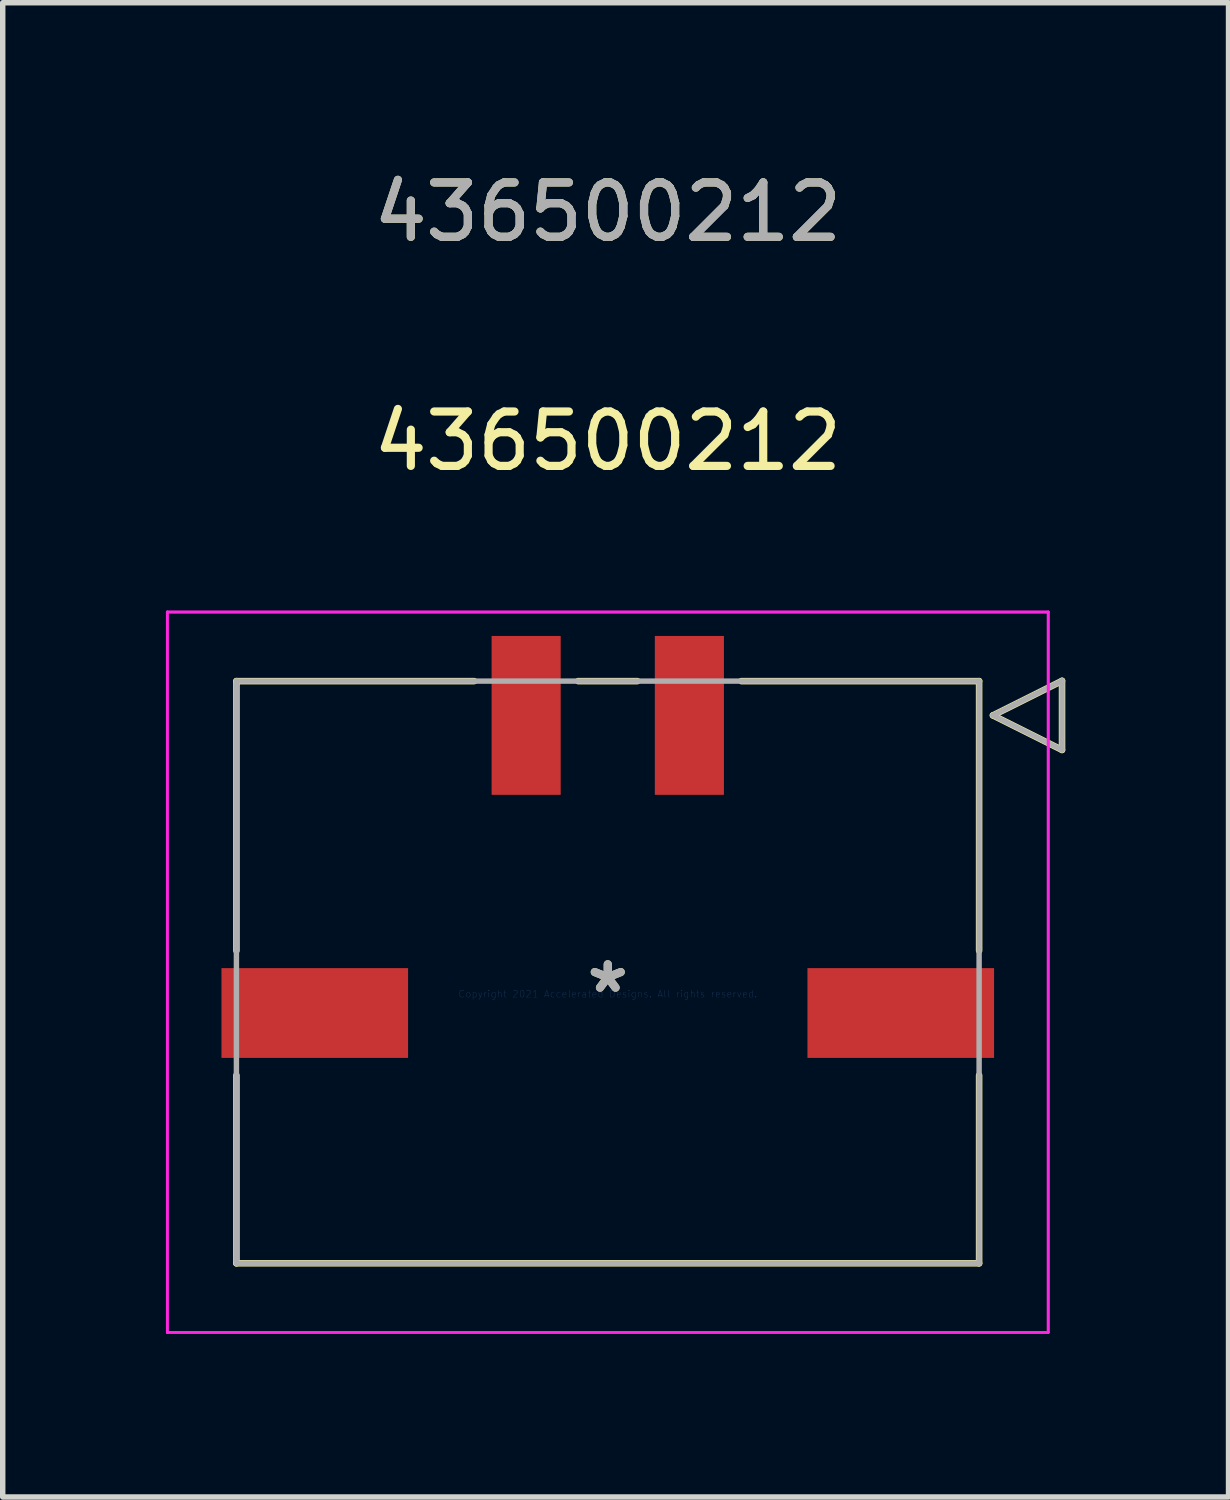
<source format=kicad_pcb>
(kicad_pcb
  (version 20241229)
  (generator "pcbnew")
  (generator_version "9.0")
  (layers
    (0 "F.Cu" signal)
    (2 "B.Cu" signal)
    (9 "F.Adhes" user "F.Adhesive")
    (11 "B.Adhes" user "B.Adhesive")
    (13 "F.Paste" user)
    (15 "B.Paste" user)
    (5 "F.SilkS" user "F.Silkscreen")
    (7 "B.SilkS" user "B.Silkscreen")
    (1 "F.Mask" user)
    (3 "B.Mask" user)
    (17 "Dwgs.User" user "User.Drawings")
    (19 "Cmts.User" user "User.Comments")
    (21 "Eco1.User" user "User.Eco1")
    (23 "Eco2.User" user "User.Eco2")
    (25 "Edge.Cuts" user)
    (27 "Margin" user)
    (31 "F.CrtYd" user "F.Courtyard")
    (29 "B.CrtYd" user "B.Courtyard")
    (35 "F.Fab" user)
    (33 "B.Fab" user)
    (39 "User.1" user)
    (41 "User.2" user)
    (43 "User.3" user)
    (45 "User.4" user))
  (footprint "436500212"
    (layer "F.Cu")
    (at 8.12 15.218)
    (property "Reference" "436500212" (at 0 -10.16 0) (layer "F.SilkS") (effects (font (size 1 1) (thickness 0.15))))
    (attr through_hole)
    (fp_line (start -6.825 -5.75) (end -6.825 -0.795) (stroke (width 0.12) (type solid)) (layer "F.SilkS"))
    (fp_line (start -6.825 1.495) (end -6.825 4.95) (stroke (width 0.12) (type solid)) (layer "F.SilkS"))
    (fp_line (start -6.825 4.95) (end 6.825 4.95) (stroke (width 0.12) (type solid)) (layer "F.SilkS"))
    (fp_line (start -2.455 -5.75) (end -6.825 -5.75) (stroke (width 0.12) (type solid)) (layer "F.SilkS"))
    (fp_line (start 0.545 -5.75) (end -0.545 -5.75) (stroke (width 0.12) (type solid)) (layer "F.SilkS"))
    (fp_line (start 6.825 -5.75) (end 2.455 -5.75) (stroke (width 0.12) (type solid)) (layer "F.SilkS"))
    (fp_line (start 6.825 -0.795) (end 6.825 -5.75) (stroke (width 0.12) (type solid)) (layer "F.SilkS"))
    (fp_line (start 6.825 4.95) (end 6.825 1.495) (stroke (width 0.12) (type solid)) (layer "F.SilkS"))
    (fp_line (start 7.079 -5.12) (end 8.349 -5.755) (stroke (width 0.12) (type solid)) (layer "F.SilkS"))
    (fp_line (start 8.349 -5.755) (end 8.349 -4.485) (stroke (width 0.12) (type solid)) (layer "F.SilkS"))
    (fp_line (start 8.349 -4.485) (end 7.079 -5.12) (stroke (width 0.12) (type solid)) (layer "F.SilkS"))
    (fp_line (start -8.095 -7.02) (end -8.095 6.22) (stroke (width 0.05) (type solid)) (layer "F.CrtYd"))
    (fp_line (start -8.095 -7.02) (end -8.095 6.22) (stroke (width 0.05) (type solid)) (layer "F.CrtYd"))
    (fp_line (start -8.095 6.22) (end 8.095 6.22) (stroke (width 0.05) (type solid)) (layer "F.CrtYd"))
    (fp_line (start -8.095 6.22) (end 8.095 6.22) (stroke (width 0.05) (type solid)) (layer "F.CrtYd"))
    (fp_line (start 8.095 -7.02) (end -8.095 -7.02) (stroke (width 0.05) (type solid)) (layer "F.CrtYd"))
    (fp_line (start 8.095 -7.02) (end -8.095 -7.02) (stroke (width 0.05) (type solid)) (layer "F.CrtYd"))
    (fp_line (start 8.095 6.22) (end 8.095 -7.02) (stroke (width 0.05) (type solid)) (layer "F.CrtYd"))
    (fp_line (start 8.095 6.22) (end 8.095 -7.02) (stroke (width 0.05) (type solid)) (layer "F.CrtYd"))
    (fp_line (start -6.825 -5.75) (end -6.825 4.95) (stroke (width 0.1) (type solid)) (layer "F.Fab"))
    (fp_line (start -6.825 4.95) (end 6.825 4.95) (stroke (width 0.1) (type solid)) (layer "F.Fab"))
    (fp_line (start 6.825 -5.75) (end -6.825 -5.75) (stroke (width 0.1) (type solid)) (layer "F.Fab"))
    (fp_line (start 6.825 4.95) (end 6.825 -5.75) (stroke (width 0.1) (type solid)) (layer "F.Fab"))
    (fp_line (start 7.079 -5.12) (end 8.349 -5.755) (stroke (width 0.1) (type solid)) (layer "F.Fab"))
    (fp_line (start 8.349 -5.755) (end 8.349 -4.485) (stroke (width 0.1) (type solid)) (layer "F.Fab"))
    (fp_line (start 8.349 -4.485) (end 7.079 -5.12) (stroke (width 0.1) (type solid)) (layer "F.Fab"))
    (fp_text user "*" (at 0 0 0) (layer "F.SilkS") (effects (font (size 1 1) (thickness 0.15))))
    (fp_text user "436500212" (at 0 -14.37 0) (layer "F.SilkS") (effects (font (size 1 1) (thickness 0.15))))
    (fp_text user "Copyright 2021 Accelerated Designs. All rights reserved." (at 0 0 0) (layer "Cmts.User") (effects (font (size 0.127 0.127) (thickness 0.002))))
    (fp_text user "*" (at 0 0 0) (layer "F.Fab") (effects (font (size 1 1) (thickness 0.15))))
    (fp_text user "436500212" (at 0 -14.37 0) (layer "F.Fab") (effects (font (size 1 1) (thickness 0.15))))
    (pad "1" smd rect (at 1.5 -5.12) (size 1.27 2.92) (layers "F.Cu" "F.Mask" "F.Paste"))
    (pad "2" smd rect (at -1.5 -5.12) (size 1.27 2.92) (layers "F.Cu" "F.Mask" "F.Paste"))
    (pad "P1" smd rect (at 5.385 0.35) (size 3.43 1.65) (layers "F.Cu" "F.Mask" "F.Paste"))
    (pad "P2" smd rect (at -5.385 0.35) (size 3.43 1.65) (layers "F.Cu" "F.Mask" "F.Paste")))
  (gr_rect
    (start -3 -3)
    (end 19.529 24.463)
    (stroke (width 0.1) (type default))
    (fill no)
    (layer "Edge.Cuts")))
</source>
